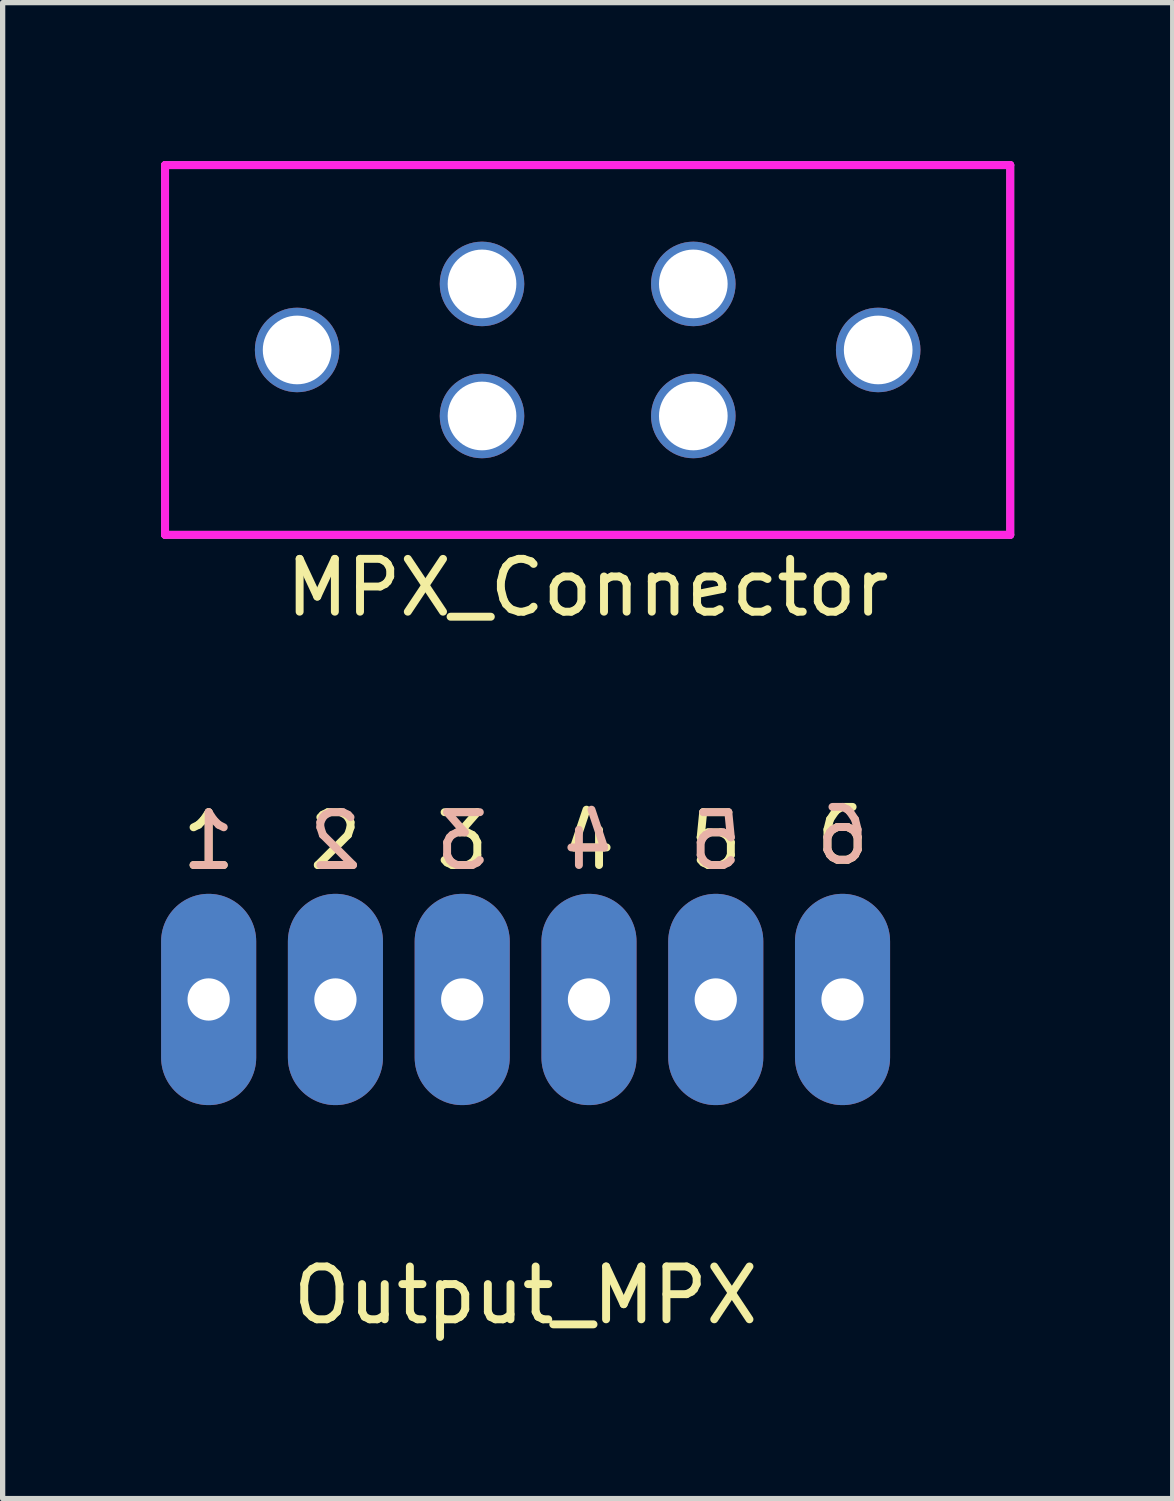
<source format=kicad_pcb>
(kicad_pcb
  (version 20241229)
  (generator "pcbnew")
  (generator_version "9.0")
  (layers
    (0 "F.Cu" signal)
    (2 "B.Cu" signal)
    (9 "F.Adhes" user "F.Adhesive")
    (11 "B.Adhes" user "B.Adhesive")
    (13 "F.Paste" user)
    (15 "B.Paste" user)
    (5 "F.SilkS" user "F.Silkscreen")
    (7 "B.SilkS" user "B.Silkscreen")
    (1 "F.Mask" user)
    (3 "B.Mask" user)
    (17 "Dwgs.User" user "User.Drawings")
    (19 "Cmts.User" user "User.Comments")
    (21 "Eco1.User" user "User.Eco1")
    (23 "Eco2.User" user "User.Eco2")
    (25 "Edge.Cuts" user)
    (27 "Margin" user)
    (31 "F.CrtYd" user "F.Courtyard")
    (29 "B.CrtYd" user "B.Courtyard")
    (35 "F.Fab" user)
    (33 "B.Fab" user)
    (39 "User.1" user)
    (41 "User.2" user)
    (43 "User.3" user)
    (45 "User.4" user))
  (footprint "MPX_Connector"
    (layer "F.Cu")
    (at 8.075 3.575)
    (property "Reference" "MPX_Connector" (at 0 4.5 0) (layer "F.SilkS") (effects (font (size 1 1) (thickness 0.15))))
    (attr through_hole)
    (fp_line (start -8 -3.5) (end -8 3.5) (stroke (width 0.15) (type solid)) (layer "F.CrtYd"))
    (fp_line (start -8 3.5) (end 8 3.5) (stroke (width 0.15) (type solid)) (layer "F.CrtYd"))
    (fp_line (start 8 -3.5) (end -8 -3.5) (stroke (width 0.15) (type solid)) (layer "F.CrtYd"))
    (fp_line (start 8 3.5) (end 8 -3.5) (stroke (width 0.15) (type solid)) (layer "F.CrtYd"))
    (fp_line (start -8 -3.5) (end 8 -3.5) (stroke (width 0.15) (type solid)) (layer "F.Fab"))
    (fp_line (start -8 3.5) (end -8 -3.5) (stroke (width 0.15) (type solid)) (layer "F.Fab"))
    (fp_line (start -8 3.5) (end 8 3.5) (stroke (width 0.15) (type solid)) (layer "F.Fab"))
    (fp_line (start 8 -3.5) (end 8 3.5) (stroke (width 0.15) (type solid)) (layer "F.Fab"))
    (pad "1" thru_hole circle (at -5.5 0) (size 1.6 1.6) (drill 1.3) (layers "*.Cu" "*.Mask"))
    (pad "2" thru_hole circle (at -2 -1.25) (size 1.6 1.6) (drill 1.3) (layers "*.Cu" "*.Mask"))
    (pad "3" thru_hole circle (at -2 1.25) (size 1.6 1.6) (drill 1.3) (layers "*.Cu" "*.Mask"))
    (pad "4" thru_hole circle (at 2 1.25) (size 1.6 1.6) (drill 1.3) (layers "*.Cu" "*.Mask"))
    (pad "5" thru_hole circle (at 2 -1.25) (size 1.6 1.6) (drill 1.3) (layers "*.Cu" "*.Mask"))
    (pad "6" thru_hole circle (at 5.5 0) (size 1.6 1.6) (drill 1.3) (layers "*.Cu" "*.Mask")))
  (footprint "Output_MPX"
    (layer "F.Cu")
    (at 6.9 15.871)
    (property "Reference" "Output_MPX" (at 0 5.6 0) (layer "F.SilkS") (effects (font (size 1 1) (thickness 0.15))))
    (attr through_hole)
    (fp_text user "2" (at -3.6 -3 0) (layer "F.SilkS") (effects (font (size 1 1) (thickness 0.15))))
    (fp_text user "3" (at -1.2 -3 0) (layer "F.SilkS") (effects (font (size 1 1) (thickness 0.15))))
    (fp_text user "1" (at -6 -3 0) (layer "F.SilkS") (effects (font (size 1 1) (thickness 0.15))))
    (fp_text user "5" (at 3.6 -3 0) (layer "F.SilkS") (effects (font (size 1 1) (thickness 0.15))))
    (fp_text user "4" (at 1.2 -3 0) (layer "F.SilkS") (effects (font (size 1 1) (thickness 0.15))))
    (fp_text user "6" (at 6 -3.1 0) (layer "F.SilkS") (effects (font (size 1 1) (thickness 0.15))))
    (fp_text user "3" (at -1.2 -3 0) (layer "B.SilkS") (effects (font (size 1 1) (thickness 0.15)) (justify mirror)))
    (fp_text user "2" (at -3.6 -3 0) (layer "B.SilkS") (effects (font (size 1 1) (thickness 0.15)) (justify mirror)))
    (fp_text user "4" (at 1.2 -3 0) (layer "B.SilkS") (effects (font (size 1 1) (thickness 0.15)) (justify mirror)))
    (fp_text user "6" (at 6 -3.1 0) (layer "B.SilkS") (effects (font (size 1 1) (thickness 0.15)) (justify mirror)))
    (fp_text user "1" (at -6 -3 0) (layer "B.SilkS") (effects (font (size 1 1) (thickness 0.15)) (justify mirror)))
    (fp_text user "5" (at 3.6 -3 0) (layer "B.SilkS") (effects (font (size 1 1) (thickness 0.15)) (justify mirror)))
    (pad "1" thru_hole oval (at -6 0) (size 1.8 4) (drill 0.8) (layers "*.Cu" "*.Mask"))
    (pad "2" thru_hole oval (at -3.6 0) (size 1.8 4) (drill 0.8) (layers "*.Cu" "*.Mask"))
    (pad "3" thru_hole oval (at -1.2 0) (size 1.8 4) (drill 0.8) (layers "*.Cu" "*.Mask"))
    (pad "4" thru_hole oval (at 1.2 0) (size 1.8 4) (drill 0.8) (layers "*.Cu" "*.Mask"))
    (pad "5" thru_hole oval (at 3.6 0) (size 1.8 4) (drill 0.8) (layers "*.Cu" "*.Mask"))
    (pad "6" thru_hole oval (at 6 0) (size 1.8 4) (drill 0.8) (layers "*.Cu" "*.Mask")))
  (gr_rect
    (start -3 -3)
    (end 19.15 25.32)
    (stroke (width 0.1) (type default))
    (fill no)
    (layer "Edge.Cuts")))
</source>
